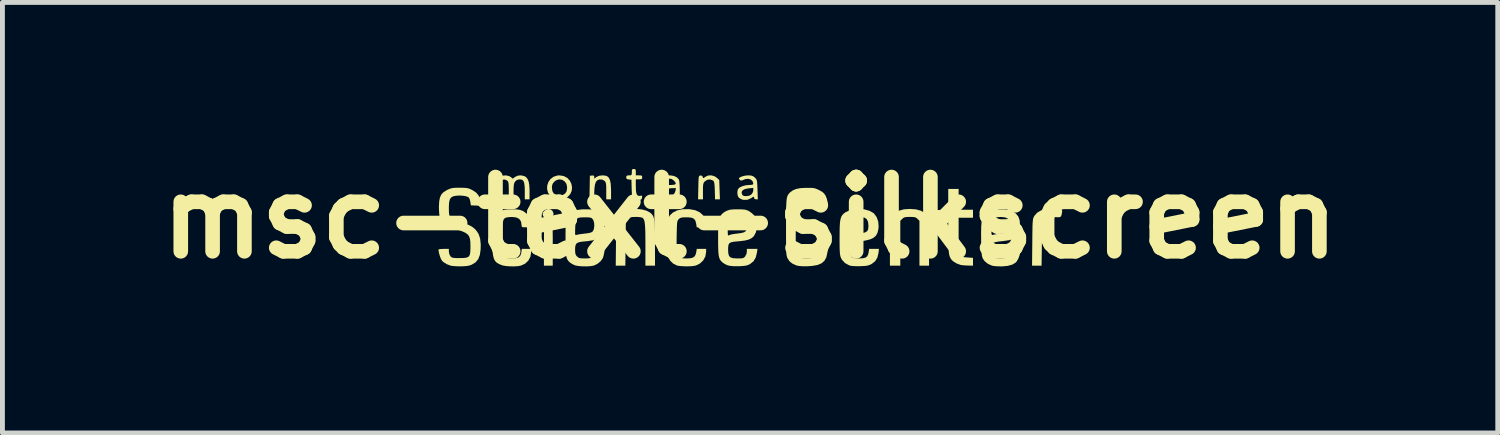
<source format=kicad_pcb>
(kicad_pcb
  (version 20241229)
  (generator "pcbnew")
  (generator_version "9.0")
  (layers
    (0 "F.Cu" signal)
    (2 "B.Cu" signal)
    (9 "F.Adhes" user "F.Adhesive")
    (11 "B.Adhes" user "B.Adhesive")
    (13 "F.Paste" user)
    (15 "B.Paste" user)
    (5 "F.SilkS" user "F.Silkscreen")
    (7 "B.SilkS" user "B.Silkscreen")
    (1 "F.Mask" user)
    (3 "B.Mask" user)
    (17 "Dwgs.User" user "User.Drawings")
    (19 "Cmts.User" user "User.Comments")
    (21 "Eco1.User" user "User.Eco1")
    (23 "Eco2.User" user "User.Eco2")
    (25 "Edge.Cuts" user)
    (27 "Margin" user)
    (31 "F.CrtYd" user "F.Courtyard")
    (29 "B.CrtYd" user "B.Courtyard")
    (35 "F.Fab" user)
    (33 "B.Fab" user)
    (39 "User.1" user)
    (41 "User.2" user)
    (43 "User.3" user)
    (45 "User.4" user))
  (footprint "msc-text-silkscreen"
    (layer "F.Cu")
    (at 12.344 1.418)
    (property "Reference" "msc-text-silkscreen" (at 0 0 0) (layer "F.SilkS") (effects (font (size 1.524 1.524) (thickness 0.3))))
    (attr board_only exclude_from_pos_files exclude_from_bom)
    (fp_poly (pts (xy -4.093 -0.17) (xy -4.055 -0.14) (xy -4.035 -0.091) (xy -4.034 -0.074) (xy -4.048 -0.019) (xy -4.084 0.02) (xy -4.133 0.039) (xy -4.187 0.032) (xy -4.193 0.03) (xy -4.224 0.002) (xy -4.248 -0.036) (xy -4.259 -0.074) (xy -4.251 -0.105) (xy -4.236 -0.128) (xy -4.191 -0.166) (xy -4.141 -0.18)) (stroke (width 0) (type solid)) (fill yes) (layer "F.SilkS"))
    (fp_poly (pts (xy -4.211 0.112) (xy -4.177 0.127) (xy -4.13 0.13) (xy -4.086 0.122) (xy -4.07 0.112) (xy -4.064 0.112) (xy -4.059 0.13) (xy -4.055 0.168) (xy -4.053 0.228) (xy -4.051 0.313) (xy -4.05 0.426) (xy -4.05 0.538) (xy -4.05 0.984) (xy -4.231 0.984) (xy -4.231 0.538) (xy -4.23 0.401) (xy -4.229 0.293) (xy -4.227 0.214) (xy -4.225 0.158) (xy -4.221 0.125) (xy -4.216 0.111)) (stroke (width 0) (type solid)) (fill yes) (layer "F.SilkS"))
    (fp_poly (pts (xy -2.971 -0.864) (xy -2.933 -0.851) (xy -2.899 -0.821) (xy -2.875 -0.771) (xy -2.86 -0.696) (xy -2.854 -0.594) (xy -2.853 -0.55) (xy -2.853 -0.377) (xy -2.952 -0.377) (xy -2.952 -0.549) (xy -2.952 -0.629) (xy -2.955 -0.682) (xy -2.962 -0.717) (xy -2.972 -0.74) (xy -2.984 -0.754) (xy -3.033 -0.782) (xy -3.092 -0.785) (xy -3.131 -0.771) (xy -3.163 -0.738) (xy -3.184 -0.679) (xy -3.195 -0.59) (xy -3.198 -0.514) (xy -3.198 -0.377) (xy -3.297 -0.377) (xy -3.292 -0.619) (xy -3.288 -0.861) (xy -3.243 -0.866) (xy -3.21 -0.865) (xy -3.198 -0.847) (xy -3.198 -0.836) (xy -3.198 -0.801) (xy -3.154 -0.835) (xy -3.103 -0.859) (xy -3.037 -0.869)) (stroke (width 0) (type solid)) (fill yes) (layer "F.SilkS"))
    (fp_poly (pts (xy -0.722 -0.847) (xy -0.686 -0.822) (xy -0.633 -0.775) (xy -0.626 -0.576) (xy -0.619 -0.377) (xy -0.719 -0.377) (xy -0.724 -0.559) (xy -0.727 -0.64) (xy -0.732 -0.695) (xy -0.739 -0.73) (xy -0.749 -0.752) (xy -0.762 -0.764) (xy -0.817 -0.785) (xy -0.876 -0.779) (xy -0.927 -0.747) (xy -0.946 -0.726) (xy -0.957 -0.703) (xy -0.964 -0.67) (xy -0.967 -0.62) (xy -0.967 -0.545) (xy -0.967 -0.542) (xy -0.967 -0.377) (xy -1.067 -0.377) (xy -1.062 -0.619) (xy -1.06 -0.713) (xy -1.058 -0.778) (xy -1.055 -0.821) (xy -1.049 -0.847) (xy -1.041 -0.86) (xy -1.029 -0.865) (xy -1.02 -0.866) (xy -0.986 -0.861) (xy -0.973 -0.838) (xy -0.965 -0.816) (xy -0.953 -0.814) (xy -0.926 -0.833) (xy -0.922 -0.837) (xy -0.861 -0.866) (xy -0.791 -0.869)) (stroke (width 0) (type solid)) (fill yes) (layer "F.SilkS"))
    (fp_poly (pts (xy 4.28 -0.164) (xy 4.575 -0.164) (xy 4.575 0) (xy 4.28 0) (xy 4.28 0.375) (xy 4.28 0.504) (xy 4.281 0.604) (xy 4.285 0.68) (xy 4.293 0.734) (xy 4.307 0.77) (xy 4.328 0.792) (xy 4.358 0.805) (xy 4.398 0.811) (xy 4.45 0.815) (xy 4.46 0.816) (xy 4.575 0.824) (xy 4.575 0.984) (xy 4.472 0.982) (xy 4.409 0.979) (xy 4.351 0.974) (xy 4.321 0.969) (xy 4.243 0.941) (xy 4.175 0.9) (xy 4.143 0.872) (xy 4.12 0.842) (xy 4.102 0.808) (xy 4.088 0.765) (xy 4.079 0.708) (xy 4.073 0.633) (xy 4.069 0.537) (xy 4.068 0.413) (xy 4.067 0.357) (xy 4.067 0) (xy 3.819 0) (xy 3.824 -0.078) (xy 3.829 -0.156) (xy 3.948 -0.161) (xy 4.067 -0.165) (xy 4.067 -0.59) (xy 4.28 -0.59)) (stroke (width 0) (type solid)) (fill yes) (layer "F.SilkS"))
    (fp_poly (pts (xy 3.404 -0.171) (xy 3.505 -0.144) (xy 3.581 -0.1) (xy 3.589 -0.094) (xy 3.612 -0.071) (xy 3.631 -0.046) (xy 3.645 -0.017) (xy 3.656 0.021) (xy 3.663 0.072) (xy 3.668 0.14) (xy 3.671 0.227) (xy 3.673 0.339) (xy 3.673 0.48) (xy 3.673 0.516) (xy 3.673 0.984) (xy 3.476 0.984) (xy 3.476 0.064) (xy 3.436 0.024) (xy 3.41 0.002) (xy 3.381 -0.01) (xy 3.337 -0.015) (xy 3.28 -0.016) (xy 3.216 -0.015) (xy 3.174 -0.009) (xy 3.146 0.004) (xy 3.123 0.024) (xy 3.083 0.064) (xy 3.083 0.984) (xy 2.87 0.984) (xy 2.87 0.567) (xy 2.87 0.438) (xy 2.872 0.32) (xy 2.876 0.217) (xy 2.88 0.136) (xy 2.885 0.081) (xy 2.888 0.065) (xy 2.92 -0.026) (xy 2.976 -0.095) (xy 3.054 -0.144) (xy 3.158 -0.172) (xy 3.28 -0.18)) (stroke (width 0) (type solid)) (fill yes) (layer "F.SilkS"))
    (fp_poly (pts (xy 6.28 -0.179) (xy 6.343 -0.175) (xy 6.381 -0.167) (xy 6.401 -0.153) (xy 6.406 -0.132) (xy 6.403 -0.109) (xy 6.392 -0.058) (xy 6.381 -0.028) (xy 6.361 -0.013) (xy 6.326 -0.009) (xy 6.267 -0.012) (xy 6.248 -0.013) (xy 6.143 -0.013) (xy 6.067 0.001) (xy 6.02 0.028) (xy 6.008 0.047) (xy 6.004 0.07) (xy 6 0.121) (xy 5.997 0.196) (xy 5.994 0.29) (xy 5.991 0.4) (xy 5.989 0.519) (xy 5.989 0.529) (xy 5.982 0.984) (xy 5.787 0.984) (xy 5.792 0.504) (xy 5.793 0.366) (xy 5.795 0.257) (xy 5.796 0.173) (xy 5.799 0.109) (xy 5.803 0.063) (xy 5.807 0.029) (xy 5.814 0.004) (xy 5.822 -0.015) (xy 5.833 -0.034) (xy 5.836 -0.039) (xy 5.891 -0.102) (xy 5.966 -0.146) (xy 6.064 -0.172) (xy 6.188 -0.18) (xy 6.19 -0.18)) (stroke (width 0) (type solid)) (fill yes) (layer "F.SilkS"))
    (fp_poly (pts (xy -3.825 -0.855) (xy -3.755 -0.819) (xy -3.702 -0.764) (xy -3.668 -0.698) (xy -3.654 -0.625) (xy -3.661 -0.551) (xy -3.692 -0.482) (xy -3.747 -0.423) (xy -3.788 -0.398) (xy -3.869 -0.367) (xy -3.944 -0.365) (xy -4.022 -0.392) (xy -4.034 -0.398) (xy -4.103 -0.45) (xy -4.147 -0.515) (xy -4.166 -0.588) (xy -4.165 -0.623) (xy -4.067 -0.623) (xy -4.059 -0.552) (xy -4.033 -0.502) (xy -3.984 -0.469) (xy -3.979 -0.467) (xy -3.937 -0.449) (xy -3.908 -0.445) (xy -3.875 -0.454) (xy -3.846 -0.466) (xy -3.794 -0.498) (xy -3.765 -0.544) (xy -3.755 -0.611) (xy -3.755 -0.623) (xy -3.768 -0.692) (xy -3.804 -0.744) (xy -3.855 -0.777) (xy -3.914 -0.787) (xy -3.974 -0.771) (xy -4.019 -0.739) (xy -4.053 -0.695) (xy -4.066 -0.645) (xy -4.067 -0.623) (xy -4.165 -0.623) (xy -4.163 -0.662) (xy -4.139 -0.733) (xy -4.096 -0.794) (xy -4.034 -0.84) (xy -3.955 -0.866) (xy -3.911 -0.869)) (stroke (width 0) (type solid)) (fill yes) (layer "F.SilkS"))
    (fp_poly (pts (xy -2.222 -0.17) (xy -2.128 -0.145) (xy -2.061 -0.111) (xy -2.032 -0.088) (xy -2.008 -0.063) (xy -1.989 -0.033) (xy -1.975 0.008) (xy -1.965 0.061) (xy -1.959 0.131) (xy -1.955 0.222) (xy -1.952 0.337) (xy -1.952 0.481) (xy -1.952 0.521) (xy -1.951 0.984) (xy -2.148 0.984) (xy -2.148 0.552) (xy -2.149 0.405) (xy -2.15 0.288) (xy -2.154 0.196) (xy -2.159 0.127) (xy -2.167 0.076) (xy -2.178 0.041) (xy -2.192 0.017) (xy -2.21 0.002) (xy -2.214 -0.000346) (xy -2.246 -0.009) (xy -2.298 -0.015) (xy -2.351 -0.016) (xy -2.415 -0.014) (xy -2.457 -0.006) (xy -2.49 0.012) (xy -2.504 0.023) (xy -2.55 0.063) (xy -2.555 0.523) (xy -2.56 0.984) (xy -2.757 0.984) (xy -2.752 0.512) (xy -2.75 0.362) (xy -2.747 0.24) (xy -2.743 0.144) (xy -2.737 0.069) (xy -2.727 0.013) (xy -2.713 -0.03) (xy -2.695 -0.062) (xy -2.671 -0.087) (xy -2.64 -0.109) (xy -2.611 -0.127) (xy -2.53 -0.159) (xy -2.432 -0.177) (xy -2.326 -0.18)) (stroke (width 0) (type solid)) (fill yes) (layer "F.SilkS"))
    (fp_poly (pts (xy -2.359 -0.997) (xy -2.348 -0.98) (xy -2.345 -0.94) (xy -2.345 -0.935) (xy -2.345 -0.869) (xy -2.279 -0.869) (xy -2.237 -0.867) (xy -2.218 -0.856) (xy -2.214 -0.832) (xy -2.214 -0.828) (xy -2.217 -0.802) (xy -2.234 -0.79) (xy -2.274 -0.787) (xy -2.279 -0.787) (xy -2.345 -0.787) (xy -2.345 -0.641) (xy -2.342 -0.552) (xy -2.331 -0.492) (xy -2.312 -0.458) (xy -2.282 -0.447) (xy -2.251 -0.45) (xy -2.223 -0.454) (xy -2.215 -0.438) (xy -2.217 -0.415) (xy -2.225 -0.383) (xy -2.247 -0.369) (xy -2.279 -0.365) (xy -2.33 -0.367) (xy -2.372 -0.377) (xy -2.373 -0.377) (xy -2.394 -0.39) (xy -2.409 -0.41) (xy -2.419 -0.445) (xy -2.426 -0.498) (xy -2.43 -0.576) (xy -2.431 -0.623) (xy -2.435 -0.779) (xy -2.488 -0.784) (xy -2.526 -0.792) (xy -2.54 -0.811) (xy -2.542 -0.829) (xy -2.537 -0.856) (xy -2.517 -0.867) (xy -2.484 -0.869) (xy -2.448 -0.871) (xy -2.431 -0.883) (xy -2.427 -0.915) (xy -2.427 -0.935) (xy -2.425 -0.977) (xy -2.414 -0.996) (xy -2.389 -1) (xy -2.386 -1)) (stroke (width 0) (type solid)) (fill yes) (layer "F.SilkS"))
    (fp_poly (pts (xy -5.191 -0.862) (xy -5.182 -0.835) (xy -5.182 -0.801) (xy -5.138 -0.835) (xy -5.079 -0.863) (xy -5.01 -0.869) (xy -4.943 -0.853) (xy -4.913 -0.835) (xy -4.87 -0.801) (xy -4.827 -0.835) (xy -4.768 -0.863) (xy -4.699 -0.869) (xy -4.632 -0.853) (xy -4.602 -0.836) (xy -4.569 -0.799) (xy -4.546 -0.747) (xy -4.532 -0.674) (xy -4.526 -0.576) (xy -4.526 -0.529) (xy -4.526 -0.377) (xy -4.624 -0.377) (xy -4.624 -0.546) (xy -4.626 -0.641) (xy -4.635 -0.709) (xy -4.65 -0.752) (xy -4.676 -0.777) (xy -4.713 -0.786) (xy -4.73 -0.787) (xy -4.783 -0.776) (xy -4.82 -0.744) (xy -4.836 -0.719) (xy -4.846 -0.689) (xy -4.851 -0.645) (xy -4.854 -0.58) (xy -4.854 -0.539) (xy -4.854 -0.377) (xy -4.952 -0.377) (xy -4.952 -0.555) (xy -4.953 -0.636) (xy -4.956 -0.691) (xy -4.962 -0.726) (xy -4.972 -0.749) (xy -4.982 -0.76) (xy -5.031 -0.784) (xy -5.084 -0.779) (xy -5.133 -0.745) (xy -5.134 -0.745) (xy -5.152 -0.722) (xy -5.165 -0.695) (xy -5.172 -0.657) (xy -5.177 -0.6) (xy -5.179 -0.54) (xy -5.182 -0.466) (xy -5.186 -0.418) (xy -5.192 -0.392) (xy -5.202 -0.38) (xy -5.217 -0.377) (xy -5.224 -0.377) (xy -5.264 -0.377) (xy -5.264 -0.869) (xy -5.223 -0.869)) (stroke (width 0) (type solid)) (fill yes) (layer "F.SilkS"))
    (fp_poly (pts (xy -1.561 -0.856) (xy -1.502 -0.828) (xy -1.464 -0.788) (xy -1.459 -0.777) (xy -1.452 -0.744) (xy -1.447 -0.687) (xy -1.444 -0.615) (xy -1.443 -0.556) (xy -1.443 -0.377) (xy -1.484 -0.377) (xy -1.516 -0.384) (xy -1.525 -0.411) (xy -1.525 -0.413) (xy -1.525 -0.448) (xy -1.565 -0.411) (xy -1.614 -0.383) (xy -1.679 -0.367) (xy -1.745 -0.367) (xy -1.781 -0.376) (xy -1.829 -0.412) (xy -1.861 -0.465) (xy -1.869 -0.508) (xy -1.867 -0.519) (xy -1.771 -0.519) (xy -1.763 -0.481) (xy -1.751 -0.462) (xy -1.716 -0.447) (xy -1.666 -0.444) (xy -1.614 -0.453) (xy -1.576 -0.471) (xy -1.548 -0.508) (xy -1.531 -0.553) (xy -1.521 -0.607) (xy -1.598 -0.607) (xy -1.671 -0.599) (xy -1.728 -0.578) (xy -1.763 -0.547) (xy -1.771 -0.519) (xy -1.867 -0.519) (xy -1.854 -0.57) (xy -1.812 -0.619) (xy -1.745 -0.653) (xy -1.657 -0.671) (xy -1.616 -0.672) (xy -1.556 -0.677) (xy -1.527 -0.691) (xy -1.528 -0.717) (xy -1.558 -0.756) (xy -1.565 -0.763) (xy -1.61 -0.795) (xy -1.66 -0.801) (xy -1.722 -0.781) (xy -1.732 -0.777) (xy -1.773 -0.761) (xy -1.8 -0.763) (xy -1.812 -0.771) (xy -1.833 -0.794) (xy -1.828 -0.814) (xy -1.795 -0.835) (xy -1.781 -0.843) (xy -1.709 -0.865) (xy -1.633 -0.869)) (stroke (width 0) (type solid)) (fill yes) (layer "F.SilkS"))
    (fp_poly (pts (xy 0.024 -0.865) (xy 0.065 -0.85) (xy 0.097 -0.824) (xy 0.117 -0.804) (xy 0.131 -0.784) (xy 0.14 -0.757) (xy 0.145 -0.717) (xy 0.149 -0.657) (xy 0.152 -0.578) (xy 0.159 -0.377) (xy 0.121 -0.377) (xy 0.09 -0.386) (xy 0.082 -0.409) (xy 0.08 -0.428) (xy 0.069 -0.43) (xy 0.042 -0.415) (xy 0.022 -0.401) (xy -0.054 -0.368) (xy -0.135 -0.366) (xy -0.179 -0.379) (xy -0.218 -0.402) (xy -0.24 -0.423) (xy -0.257 -0.465) (xy -0.261 -0.521) (xy -0.26 -0.527) (xy -0.174 -0.527) (xy -0.167 -0.484) (xy -0.149 -0.457) (xy -0.121 -0.445) (xy -0.079 -0.443) (xy -0.014 -0.452) (xy 0.028 -0.478) (xy 0.059 -0.526) (xy 0.066 -0.562) (xy 0.066 -0.611) (xy -0.026 -0.603) (xy -0.102 -0.589) (xy -0.152 -0.563) (xy -0.174 -0.527) (xy -0.26 -0.527) (xy -0.253 -0.574) (xy -0.246 -0.589) (xy -0.215 -0.62) (xy -0.16 -0.646) (xy -0.092 -0.665) (xy -0.019 -0.672) (xy -0.016 -0.672) (xy 0.035 -0.675) (xy 0.06 -0.684) (xy 0.066 -0.698) (xy 0.052 -0.748) (xy 0.015 -0.783) (xy -0.037 -0.799) (xy -0.098 -0.792) (xy -0.13 -0.779) (xy -0.171 -0.763) (xy -0.197 -0.766) (xy -0.206 -0.772) (xy -0.226 -0.796) (xy -0.23 -0.806) (xy -0.215 -0.825) (xy -0.176 -0.843) (xy -0.123 -0.859) (xy -0.064 -0.868) (xy -0.034 -0.869)) (stroke (width 0) (type solid)) (fill yes) (layer "F.SilkS"))
    (fp_poly (pts (xy -1.244 -0.175) (xy -1.127 -0.154) (xy -1.033 -0.111) (xy -0.963 -0.048) (xy -0.919 0.033) (xy -0.902 0.132) (xy -0.902 0.142) (xy -0.902 0.197) (xy -1.095 0.197) (xy -1.106 0.125) (xy -1.121 0.065) (xy -1.148 0.025) (xy -1.192 0.002) (xy -1.26 -0.007) (xy -1.305 -0.008) (xy -1.371 -0.007) (xy -1.413 -0.001) (xy -1.442 0.011) (xy -1.463 0.029) (xy -1.477 0.044) (xy -1.487 0.062) (xy -1.494 0.088) (xy -1.499 0.127) (xy -1.502 0.184) (xy -1.504 0.265) (xy -1.506 0.348) (xy -1.508 0.487) (xy -1.507 0.597) (xy -1.502 0.681) (xy -1.491 0.743) (xy -1.472 0.786) (xy -1.445 0.813) (xy -1.408 0.828) (xy -1.36 0.835) (xy -1.304 0.836) (xy -1.222 0.832) (xy -1.167 0.816) (xy -1.132 0.786) (xy -1.111 0.736) (xy -1.105 0.705) (xy -1.094 0.64) (xy -0.902 0.64) (xy -0.902 0.701) (xy -0.918 0.796) (xy -0.962 0.877) (xy -1.032 0.942) (xy -1.113 0.981) (xy -1.163 0.991) (xy -1.235 0.997) (xy -1.317 0.998) (xy -1.398 0.995) (xy -1.467 0.988) (xy -1.506 0.979) (xy -1.576 0.943) (xy -1.637 0.885) (xy -1.679 0.817) (xy -1.687 0.795) (xy -1.694 0.752) (xy -1.699 0.684) (xy -1.703 0.597) (xy -1.705 0.498) (xy -1.705 0.393) (xy -1.704 0.289) (xy -1.701 0.194) (xy -1.697 0.113) (xy -1.691 0.054) (xy -1.686 0.03) (xy -1.647 -0.048) (xy -1.581 -0.108) (xy -1.493 -0.151) (xy -1.384 -0.174) (xy -1.259 -0.176)) (stroke (width 0) (type solid)) (fill yes) (layer "F.SilkS"))
    (fp_poly (pts (xy -4.807 -0.171) (xy -4.751 -0.166) (xy -4.707 -0.156) (xy -4.665 -0.139) (xy -4.649 -0.131) (xy -4.573 -0.074) (xy -4.52 0.003) (xy -4.495 0.094) (xy -4.493 0.126) (xy -4.493 0.197) (xy -4.591 0.197) (xy -4.646 0.196) (xy -4.675 0.192) (xy -4.687 0.179) (xy -4.69 0.156) (xy -4.69 0.148) (xy -4.702 0.076) (xy -4.738 0.025) (xy -4.798 -0.005) (xy -4.884 -0.015) (xy -4.932 -0.013) (xy -4.979 -0.008) (xy -5.015 0.000338) (xy -5.042 0.016) (xy -5.06 0.043) (xy -5.072 0.085) (xy -5.079 0.146) (xy -5.082 0.23) (xy -5.083 0.341) (xy -5.083 0.405) (xy -5.083 0.529) (xy -5.081 0.625) (xy -5.076 0.697) (xy -5.07 0.748) (xy -5.059 0.784) (xy -5.046 0.808) (xy -5.028 0.824) (xy -5.003 0.83) (xy -4.956 0.834) (xy -4.896 0.836) (xy -4.892 0.836) (xy -4.81 0.832) (xy -4.754 0.816) (xy -4.719 0.785) (xy -4.699 0.736) (xy -4.695 0.709) (xy -4.685 0.64) (xy -4.493 0.64) (xy -4.493 0.706) (xy -4.508 0.8) (xy -4.551 0.881) (xy -4.618 0.944) (xy -4.703 0.983) (xy -4.764 0.994) (xy -4.843 0.999) (xy -4.929 0.998) (xy -5.009 0.992) (xy -5.073 0.981) (xy -5.087 0.977) (xy -5.149 0.952) (xy -5.196 0.925) (xy -5.232 0.89) (xy -5.257 0.843) (xy -5.274 0.78) (xy -5.285 0.697) (xy -5.291 0.589) (xy -5.294 0.484) (xy -5.295 0.345) (xy -5.295 0.235) (xy -5.291 0.148) (xy -5.284 0.082) (xy -5.272 0.03) (xy -5.257 -0.01) (xy -5.242 -0.036) (xy -5.206 -0.075) (xy -5.154 -0.114) (xy -5.124 -0.131) (xy -5.079 -0.151) (xy -5.035 -0.164) (xy -4.983 -0.17) (xy -4.911 -0.172) (xy -4.886 -0.172)) (stroke (width 0) (type solid)) (fill yes) (layer "F.SilkS"))
    (fp_poly (pts (xy 1.234 -0.613) (xy 1.29 -0.61) (xy 1.333 -0.602) (xy 1.375 -0.586) (xy 1.418 -0.566) (xy 1.479 -0.532) (xy 1.518 -0.498) (xy 1.548 -0.455) (xy 1.554 -0.443) (xy 1.576 -0.386) (xy 1.589 -0.327) (xy 1.591 -0.308) (xy 1.591 -0.246) (xy 1.398 -0.246) (xy 1.388 -0.308) (xy 1.376 -0.357) (xy 1.358 -0.397) (xy 1.356 -0.4) (xy 1.321 -0.425) (xy 1.263 -0.441) (xy 1.192 -0.448) (xy 1.117 -0.447) (xy 1.047 -0.438) (xy 0.993 -0.419) (xy 0.97 -0.403) (xy 0.963 -0.393) (xy 0.957 -0.376) (xy 0.952 -0.349) (xy 0.948 -0.309) (xy 0.945 -0.252) (xy 0.943 -0.175) (xy 0.941 -0.074) (xy 0.939 0.053) (xy 0.938 0.168) (xy 0.937 0.328) (xy 0.937 0.458) (xy 0.938 0.562) (xy 0.941 0.643) (xy 0.946 0.704) (xy 0.953 0.748) (xy 0.963 0.779) (xy 0.976 0.799) (xy 0.993 0.812) (xy 1.012 0.821) (xy 1.048 0.829) (xy 1.105 0.834) (xy 1.17 0.836) (xy 1.171 0.836) (xy 1.259 0.831) (xy 1.32 0.812) (xy 1.359 0.778) (xy 1.382 0.724) (xy 1.386 0.705) (xy 1.397 0.64) (xy 1.595 0.64) (xy 1.585 0.723) (xy 1.565 0.813) (xy 1.526 0.884) (xy 1.466 0.936) (xy 1.382 0.971) (xy 1.272 0.99) (xy 1.181 0.996) (xy 1.071 0.996) (xy 0.991 0.989) (xy 0.947 0.978) (xy 0.868 0.942) (xy 0.813 0.899) (xy 0.774 0.842) (xy 0.771 0.837) (xy 0.762 0.818) (xy 0.755 0.797) (xy 0.749 0.771) (xy 0.745 0.736) (xy 0.742 0.689) (xy 0.74 0.625) (xy 0.739 0.541) (xy 0.738 0.434) (xy 0.738 0.3) (xy 0.738 0.197) (xy 0.738 0.035) (xy 0.739 -0.098) (xy 0.74 -0.205) (xy 0.744 -0.289) (xy 0.748 -0.354) (xy 0.755 -0.403) (xy 0.765 -0.44) (xy 0.778 -0.468) (xy 0.794 -0.491) (xy 0.813 -0.512) (xy 0.822 -0.52) (xy 0.879 -0.562) (xy 0.947 -0.59) (xy 1.032 -0.607) (xy 1.141 -0.613) (xy 1.156 -0.613)) (stroke (width 0) (type solid)) (fill yes) (layer "F.SilkS"))
    (fp_poly (pts (xy 2.355 -0.169) (xy 2.452 -0.141) (xy 2.53 -0.097) (xy 2.545 -0.084) (xy 2.598 -0.012) (xy 2.63 0.079) (xy 2.638 0.182) (xy 2.634 0.23) (xy 2.616 0.307) (xy 2.584 0.367) (xy 2.535 0.411) (xy 2.466 0.444) (xy 2.371 0.468) (xy 2.257 0.484) (xy 2.162 0.496) (xy 2.099 0.509) (xy 2.068 0.523) (xy 2.065 0.526) (xy 2.042 0.585) (xy 2.036 0.656) (xy 2.045 0.727) (xy 2.069 0.786) (xy 2.083 0.804) (xy 2.107 0.822) (xy 2.141 0.831) (xy 2.193 0.836) (xy 2.238 0.836) (xy 2.318 0.832) (xy 2.372 0.818) (xy 2.406 0.79) (xy 2.426 0.743) (xy 2.433 0.708) (xy 2.444 0.64) (xy 2.645 0.64) (xy 2.635 0.723) (xy 2.613 0.817) (xy 2.57 0.889) (xy 2.502 0.945) (xy 2.492 0.951) (xy 2.451 0.97) (xy 2.41 0.983) (xy 2.358 0.99) (xy 2.286 0.994) (xy 2.255 0.995) (xy 2.177 0.995) (xy 2.108 0.992) (xy 2.057 0.985) (xy 2.042 0.981) (xy 1.951 0.933) (xy 1.888 0.866) (xy 1.868 0.83) (xy 1.857 0.803) (xy 1.85 0.773) (xy 1.844 0.734) (xy 1.84 0.68) (xy 1.838 0.608) (xy 1.837 0.512) (xy 1.837 0.411) (xy 1.838 0.277) (xy 1.838 0.25) (xy 2.033 0.25) (xy 2.034 0.315) (xy 2.037 0.352) (xy 2.043 0.366) (xy 2.054 0.364) (xy 2.058 0.361) (xy 2.085 0.35) (xy 2.135 0.339) (xy 2.2 0.329) (xy 2.226 0.326) (xy 2.311 0.315) (xy 2.369 0.299) (xy 2.405 0.274) (xy 2.423 0.237) (xy 2.429 0.183) (xy 2.429 0.169) (xy 2.422 0.088) (xy 2.397 0.033) (xy 2.351 -0.000395) (xy 2.28 -0.015) (xy 2.24 -0.016) (xy 2.162 -0.011) (xy 2.106 0.007) (xy 2.068 0.041) (xy 2.045 0.097) (xy 2.035 0.178) (xy 2.033 0.25) (xy 1.838 0.25) (xy 1.84 0.171) (xy 1.846 0.089) (xy 1.857 0.026) (xy 1.872 -0.02) (xy 1.894 -0.056) (xy 1.923 -0.086) (xy 1.955 -0.11) (xy 2.041 -0.151) (xy 2.141 -0.175) (xy 2.249 -0.181)) (stroke (width 0) (type solid)) (fill yes) (layer "F.SilkS"))
    (fp_poly (pts (xy 5.221 -0.171) (xy 5.278 -0.167) (xy 5.322 -0.158) (xy 5.362 -0.143) (xy 5.387 -0.131) (xy 5.458 -0.083) (xy 5.506 -0.022) (xy 5.533 0.057) (xy 5.54 0.158) (xy 5.539 0.183) (xy 5.53 0.274) (xy 5.507 0.344) (xy 5.468 0.396) (xy 5.408 0.434) (xy 5.324 0.46) (xy 5.211 0.477) (xy 5.186 0.48) (xy 5.094 0.49) (xy 5.03 0.502) (xy 4.989 0.519) (xy 4.966 0.546) (xy 4.955 0.586) (xy 4.952 0.643) (xy 4.952 0.658) (xy 4.956 0.736) (xy 4.97 0.787) (xy 5.001 0.817) (xy 5.053 0.832) (xy 5.131 0.836) (xy 5.139 0.836) (xy 5.222 0.832) (xy 5.279 0.817) (xy 5.315 0.788) (xy 5.335 0.741) (xy 5.341 0.709) (xy 5.35 0.64) (xy 5.542 0.64) (xy 5.542 0.701) (xy 5.532 0.768) (xy 5.506 0.839) (xy 5.47 0.9) (xy 5.45 0.922) (xy 5.383 0.962) (xy 5.29 0.988) (xy 5.175 0.999) (xy 5.143 0.999) (xy 5.074 0.997) (xy 5.012 0.992) (xy 4.969 0.985) (xy 4.965 0.984) (xy 4.882 0.947) (xy 4.815 0.893) (xy 4.778 0.84) (xy 4.767 0.814) (xy 4.759 0.783) (xy 4.753 0.741) (xy 4.748 0.683) (xy 4.745 0.604) (xy 4.743 0.5) (xy 4.742 0.449) (xy 4.741 0.305) (xy 4.743 0.217) (xy 4.952 0.217) (xy 4.953 0.287) (xy 4.955 0.329) (xy 4.961 0.35) (xy 4.97 0.355) (xy 4.981 0.353) (xy 5.011 0.345) (xy 5.062 0.336) (xy 5.125 0.327) (xy 5.13 0.327) (xy 5.193 0.319) (xy 5.246 0.311) (xy 5.278 0.304) (xy 5.279 0.304) (xy 5.314 0.277) (xy 5.336 0.227) (xy 5.344 0.163) (xy 5.335 0.094) (xy 5.328 0.069) (xy 5.295 0.022) (xy 5.236 -0.006) (xy 5.15 -0.015) (xy 5.103 -0.013) (xy 5.041 -0.004) (xy 4.999 0.014) (xy 4.972 0.047) (xy 4.958 0.099) (xy 4.952 0.177) (xy 4.952 0.217) (xy 4.743 0.217) (xy 4.743 0.191) (xy 4.75 0.1) (xy 4.763 0.03) (xy 4.784 -0.024) (xy 4.812 -0.066) (xy 4.85 -0.1) (xy 4.899 -0.13) (xy 4.909 -0.135) (xy 4.947 -0.153) (xy 4.989 -0.164) (xy 5.043 -0.169) (xy 5.119 -0.172) (xy 5.141 -0.172)) (stroke (width 0) (type solid)) (fill yes) (layer "F.SilkS"))
    (fp_poly (pts (xy -5.881 -0.614) (xy -5.825 -0.61) (xy -5.781 -0.602) (xy -5.74 -0.586) (xy -5.699 -0.566) (xy -5.624 -0.517) (xy -5.574 -0.459) (xy -5.543 -0.383) (xy -5.532 -0.322) (xy -5.521 -0.244) (xy -5.626 -0.249) (xy -5.731 -0.254) (xy -5.741 -0.326) (xy -5.753 -0.377) (xy -5.772 -0.413) (xy -5.779 -0.419) (xy -5.822 -0.438) (xy -5.886 -0.45) (xy -5.96 -0.455) (xy -6.033 -0.451) (xy -6.041 -0.45) (xy -6.098 -0.437) (xy -6.138 -0.413) (xy -6.163 -0.374) (xy -6.177 -0.314) (xy -6.182 -0.229) (xy -6.182 -0.201) (xy -6.181 -0.129) (xy -6.178 -0.08) (xy -6.171 -0.048) (xy -6.158 -0.025) (xy -6.137 -0.002) (xy -6.136 -0.001) (xy -6.085 0.035) (xy -6.002 0.071) (xy -5.943 0.09) (xy -5.842 0.123) (xy -5.766 0.153) (xy -5.708 0.184) (xy -5.66 0.22) (xy -5.621 0.26) (xy -5.572 0.333) (xy -5.541 0.426) (xy -5.528 0.542) (xy -5.53 0.651) (xy -5.546 0.764) (xy -5.58 0.852) (xy -5.635 0.917) (xy -5.712 0.964) (xy -5.77 0.984) (xy -5.821 0.992) (xy -5.893 0.997) (xy -5.975 0.998) (xy -6.054 0.995) (xy -6.119 0.989) (xy -6.141 0.985) (xy -6.224 0.954) (xy -6.295 0.91) (xy -6.327 0.877) (xy -6.348 0.838) (xy -6.369 0.78) (xy -6.386 0.718) (xy -6.395 0.664) (xy -6.395 0.655) (xy -6.38 0.647) (xy -6.341 0.642) (xy -6.289 0.64) (xy -6.182 0.64) (xy -6.182 0.695) (xy -6.173 0.746) (xy -6.151 0.789) (xy -6.134 0.807) (xy -6.113 0.819) (xy -6.081 0.825) (xy -6.031 0.828) (xy -5.961 0.828) (xy -5.875 0.827) (xy -5.816 0.819) (xy -5.776 0.799) (xy -5.753 0.764) (xy -5.743 0.708) (xy -5.739 0.626) (xy -5.739 0.583) (xy -5.741 0.496) (xy -5.75 0.429) (xy -5.769 0.377) (xy -5.803 0.337) (xy -5.855 0.303) (xy -5.931 0.271) (xy -6.033 0.236) (xy -6.063 0.227) (xy -6.182 0.181) (xy -6.271 0.128) (xy -6.332 0.066) (xy -6.365 0.003) (xy -6.375 -0.043) (xy -6.382 -0.111) (xy -6.386 -0.193) (xy -6.386 -0.222) (xy -6.381 -0.33) (xy -6.366 -0.412) (xy -6.338 -0.474) (xy -6.294 -0.522) (xy -6.231 -0.562) (xy -6.216 -0.57) (xy -6.169 -0.591) (xy -6.127 -0.605) (xy -6.078 -0.612) (xy -6.014 -0.615) (xy -5.959 -0.615)) (stroke (width 0) (type solid)) (fill yes) (layer "F.SilkS"))
    (fp_poly (pts (xy -0.175 -0.171) (xy -0.12 -0.167) (xy -0.078 -0.159) (xy -0.041 -0.144) (xy -0.017 -0.131) (xy 0.035 -0.095) (xy 0.079 -0.053) (xy 0.092 -0.037) (xy 0.126 0.038) (xy 0.141 0.126) (xy 0.138 0.218) (xy 0.118 0.304) (xy 0.08 0.374) (xy 0.066 0.391) (xy 0.023 0.425) (xy -0.032 0.45) (xy -0.105 0.468) (xy -0.202 0.481) (xy -0.25 0.485) (xy -0.334 0.493) (xy -0.391 0.505) (xy -0.425 0.524) (xy -0.443 0.556) (xy -0.45 0.606) (xy -0.451 0.656) (xy -0.447 0.732) (xy -0.432 0.784) (xy -0.402 0.815) (xy -0.35 0.831) (xy -0.272 0.836) (xy -0.254 0.836) (xy -0.19 0.835) (xy -0.15 0.83) (xy -0.125 0.819) (xy -0.104 0.799) (xy -0.1 0.793) (xy -0.074 0.743) (xy -0.066 0.695) (xy -0.066 0.64) (xy 0.152 0.64) (xy 0.141 0.717) (xy 0.116 0.817) (xy 0.071 0.893) (xy 0.003 0.948) (xy -0.001 0.951) (xy -0.041 0.97) (xy -0.082 0.983) (xy -0.134 0.99) (xy -0.206 0.995) (xy -0.238 0.995) (xy -0.339 0.995) (xy -0.414 0.988) (xy -0.467 0.975) (xy -0.519 0.95) (xy -0.565 0.919) (xy -0.571 0.914) (xy -0.597 0.887) (xy -0.618 0.859) (xy -0.632 0.824) (xy -0.643 0.777) (xy -0.65 0.716) (xy -0.654 0.634) (xy -0.656 0.528) (xy -0.656 0.414) (xy -0.656 0.296) (xy -0.655 0.241) (xy -0.459 0.241) (xy -0.458 0.308) (xy -0.456 0.348) (xy -0.45 0.365) (xy -0.441 0.365) (xy -0.434 0.361) (xy -0.408 0.35) (xy -0.357 0.338) (xy -0.293 0.329) (xy -0.268 0.326) (xy -0.183 0.315) (xy -0.125 0.3) (xy -0.09 0.277) (xy -0.072 0.241) (xy -0.066 0.189) (xy -0.066 0.163) (xy -0.072 0.086) (xy -0.092 0.035) (xy -0.133 0.005) (xy -0.197 -0.011) (xy -0.217 -0.013) (xy -0.308 -0.012) (xy -0.38 0.006) (xy -0.428 0.039) (xy -0.44 0.059) (xy -0.449 0.094) (xy -0.456 0.151) (xy -0.459 0.22) (xy -0.459 0.241) (xy -0.655 0.241) (xy -0.655 0.206) (xy -0.653 0.138) (xy -0.65 0.089) (xy -0.645 0.052) (xy -0.637 0.024) (xy -0.627 -0.001) (xy -0.619 -0.017) (xy -0.582 -0.072) (xy -0.532 -0.113) (xy -0.501 -0.131) (xy -0.458 -0.15) (xy -0.416 -0.163) (xy -0.367 -0.169) (xy -0.3 -0.172) (xy -0.255 -0.172)) (stroke (width 0) (type solid)) (fill yes) (layer "F.SilkS"))
    (fp_poly (pts (xy -3.307 -0.171) (xy -3.252 -0.167) (xy -3.21 -0.159) (xy -3.174 -0.144) (xy -3.15 -0.131) (xy -3.1 -0.098) (xy -3.059 -0.063) (xy -3.047 -0.049) (xy -3.019 0.009) (xy -3.001 0.086) (xy -2.994 0.169) (xy -2.999 0.24) (xy -3.025 0.321) (xy -3.068 0.385) (xy -3.133 0.431) (xy -3.222 0.463) (xy -3.338 0.481) (xy -3.372 0.484) (xy -3.461 0.493) (xy -3.522 0.506) (xy -3.561 0.527) (xy -3.581 0.56) (xy -3.59 0.61) (xy -3.591 0.657) (xy -3.589 0.717) (xy -3.58 0.756) (xy -3.561 0.786) (xy -3.551 0.796) (xy -3.525 0.818) (xy -3.495 0.83) (xy -3.452 0.835) (xy -3.394 0.836) (xy -3.33 0.835) (xy -3.289 0.829) (xy -3.26 0.816) (xy -3.238 0.796) (xy -3.204 0.742) (xy -3.198 0.698) (xy -3.198 0.64) (xy -2.982 0.64) (xy -2.994 0.717) (xy -3.005 0.774) (xy -3.021 0.825) (xy -3.027 0.838) (xy -3.072 0.898) (xy -3.136 0.949) (xy -3.208 0.983) (xy -3.21 0.983) (xy -3.272 0.994) (xy -3.352 0.999) (xy -3.439 0.998) (xy -3.52 0.992) (xy -3.584 0.98) (xy -3.597 0.976) (xy -3.65 0.951) (xy -3.697 0.92) (xy -3.701 0.916) (xy -3.728 0.889) (xy -3.748 0.861) (xy -3.764 0.826) (xy -3.774 0.781) (xy -3.781 0.721) (xy -3.785 0.642) (xy -3.787 0.539) (xy -3.788 0.407) (xy -3.788 0.406) (xy -3.787 0.287) (xy -3.787 0.28) (xy -3.591 0.28) (xy -3.591 0.326) (xy -3.587 0.349) (xy -3.579 0.357) (xy -3.565 0.353) (xy -3.564 0.353) (xy -3.534 0.346) (xy -3.482 0.337) (xy -3.416 0.329) (xy -3.394 0.326) (xy -3.321 0.317) (xy -3.272 0.306) (xy -3.242 0.292) (xy -3.226 0.277) (xy -3.205 0.231) (xy -3.197 0.168) (xy -3.201 0.102) (xy -3.219 0.046) (xy -3.229 0.031) (xy -3.248 0.011) (xy -3.272 -0.001) (xy -3.308 -0.006) (xy -3.366 -0.008) (xy -3.392 -0.008) (xy -3.469 -0.006) (xy -3.522 0.002) (xy -3.555 0.023) (xy -3.574 0.061) (xy -3.584 0.122) (xy -3.589 0.208) (xy -3.591 0.28) (xy -3.787 0.28) (xy -3.787 0.196) (xy -3.785 0.128) (xy -3.782 0.078) (xy -3.777 0.042) (xy -3.769 0.015) (xy -3.76 -0.008) (xy -3.751 -0.025) (xy -3.704 -0.086) (xy -3.64 -0.13) (xy -3.556 -0.158) (xy -3.447 -0.171) (xy -3.386 -0.172)) (stroke (width 0) (type solid)) (fill yes) (layer "F.SilkS")))
  (gr_rect
    (start -3 -3)
    (end 27.689 5.836)
    (stroke (width 0.1) (type default))
    (fill no)
    (layer "Edge.Cuts")))
</source>
